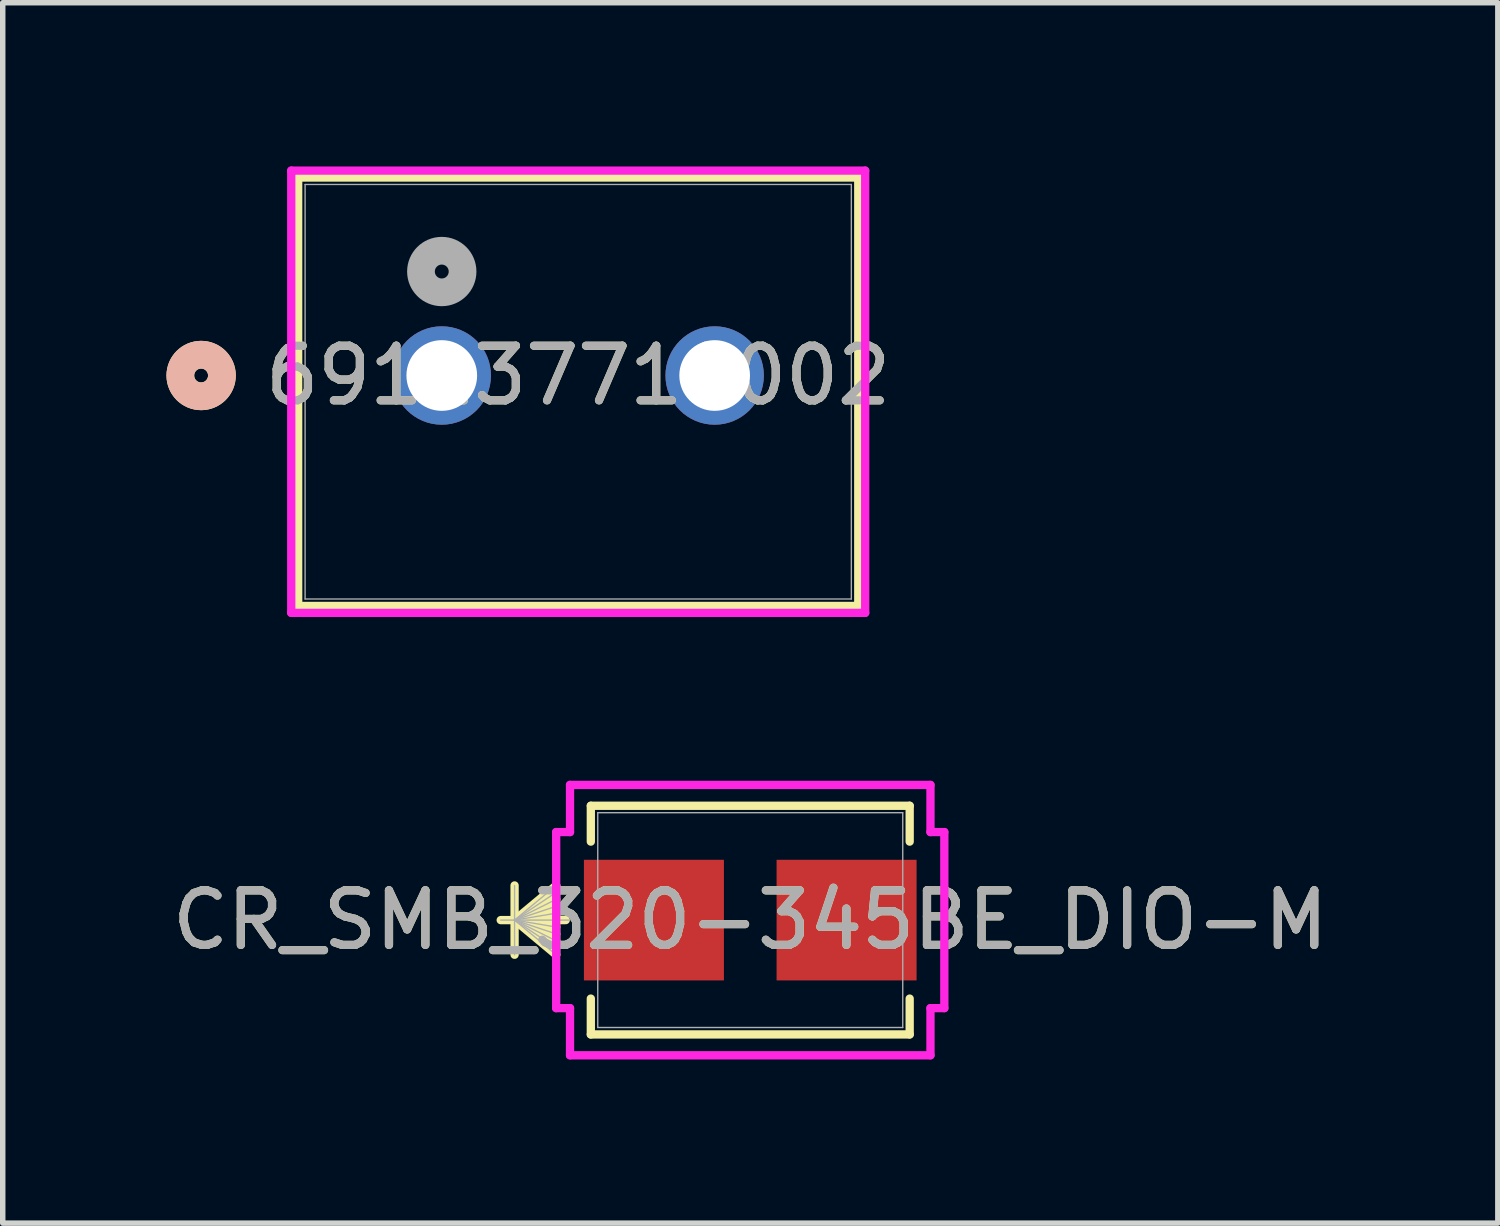
<source format=kicad_pcb>
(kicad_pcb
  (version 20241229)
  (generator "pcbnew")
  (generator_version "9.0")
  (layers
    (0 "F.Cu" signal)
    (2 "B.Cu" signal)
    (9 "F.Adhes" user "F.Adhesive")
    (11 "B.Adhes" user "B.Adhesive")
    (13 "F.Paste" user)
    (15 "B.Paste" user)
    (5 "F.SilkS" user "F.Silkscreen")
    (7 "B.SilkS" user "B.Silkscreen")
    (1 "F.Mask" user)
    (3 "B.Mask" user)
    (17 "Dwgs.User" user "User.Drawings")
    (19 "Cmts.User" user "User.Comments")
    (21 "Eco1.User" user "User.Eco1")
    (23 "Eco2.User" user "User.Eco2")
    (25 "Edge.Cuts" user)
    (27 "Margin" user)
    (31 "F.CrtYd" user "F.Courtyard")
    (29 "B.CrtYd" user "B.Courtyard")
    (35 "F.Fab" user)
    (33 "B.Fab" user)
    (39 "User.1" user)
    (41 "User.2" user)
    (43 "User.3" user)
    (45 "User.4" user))
  (footprint "CR_SMB_320-345BE_DIO-M"
    (layer "F.Cu")
    (at 10.696 13.808)
    (property "Reference" "CR_SMB_320-345BE_DIO-M" (at 0 0 0) (unlocked yes) (layer "F.SilkS") (effects (font (size 1 1) (thickness 0.15))))
    (attr smd)
    (fp_line (start -4.318 -0.635) (end -4.318 0.635) (stroke (width 0.152) (type solid)) (layer "F.SilkS"))
    (fp_line (start -4.318 0) (end -3.556 -0.635) (stroke (width 0.152) (type solid)) (layer "F.SilkS"))
    (fp_line (start -4.318 0) (end -3.556 -0.508) (stroke (width 0.152) (type solid)) (layer "F.SilkS"))
    (fp_line (start -4.318 0) (end -3.556 -0.381) (stroke (width 0.152) (type solid)) (layer "F.SilkS"))
    (fp_line (start -4.318 0) (end -3.556 -0.254) (stroke (width 0.152) (type solid)) (layer "F.SilkS"))
    (fp_line (start -4.318 0) (end -3.556 -0.127) (stroke (width 0.152) (type solid)) (layer "F.SilkS"))
    (fp_line (start -4.318 0) (end -3.556 0.127) (stroke (width 0.152) (type solid)) (layer "F.SilkS"))
    (fp_line (start -4.318 0) (end -3.556 0.254) (stroke (width 0.152) (type solid)) (layer "F.SilkS"))
    (fp_line (start -4.318 0) (end -3.556 0.381) (stroke (width 0.152) (type solid)) (layer "F.SilkS"))
    (fp_line (start -4.318 0) (end -3.556 0.508) (stroke (width 0.152) (type solid)) (layer "F.SilkS"))
    (fp_line (start -4.318 0) (end -3.556 0.635) (stroke (width 0.152) (type solid)) (layer "F.SilkS"))
    (fp_line (start -3.556 -0.635) (end -3.556 0.635) (stroke (width 0.152) (type solid)) (layer "F.SilkS"))
    (fp_line (start -3.381 0) (end -4.572 0) (stroke (width 0.152) (type solid)) (layer "F.SilkS"))
    (fp_line (start -2.921 -2.095) (end -2.921 -1.438) (stroke (width 0.152) (type solid)) (layer "F.SilkS"))
    (fp_line (start -2.921 1.438) (end -2.921 2.095) (stroke (width 0.152) (type solid)) (layer "F.SilkS"))
    (fp_line (start -2.921 2.095) (end 2.921 2.095) (stroke (width 0.152) (type solid)) (layer "F.SilkS"))
    (fp_line (start 2.921 -2.095) (end -2.921 -2.095) (stroke (width 0.152) (type solid)) (layer "F.SilkS"))
    (fp_line (start 2.921 -1.438) (end 2.921 -2.095) (stroke (width 0.152) (type solid)) (layer "F.SilkS"))
    (fp_line (start 2.921 2.095) (end 2.921 1.438) (stroke (width 0.152) (type solid)) (layer "F.SilkS"))
    (fp_line (start -3.556 -1.613) (end -3.302 -1.613) (stroke (width 0.152) (type solid)) (layer "F.CrtYd"))
    (fp_line (start -3.556 1.613) (end -3.556 -1.613) (stroke (width 0.152) (type solid)) (layer "F.CrtYd"))
    (fp_line (start -3.302 -2.477) (end 3.302 -2.477) (stroke (width 0.152) (type solid)) (layer "F.CrtYd"))
    (fp_line (start -3.302 -1.613) (end -3.302 -2.477) (stroke (width 0.152) (type solid)) (layer "F.CrtYd"))
    (fp_line (start -3.302 1.613) (end -3.556 1.613) (stroke (width 0.152) (type solid)) (layer "F.CrtYd"))
    (fp_line (start -3.302 2.477) (end -3.302 1.613) (stroke (width 0.152) (type solid)) (layer "F.CrtYd"))
    (fp_line (start 3.302 -2.477) (end 3.302 -1.613) (stroke (width 0.152) (type solid)) (layer "F.CrtYd"))
    (fp_line (start 3.302 -1.613) (end 3.556 -1.613) (stroke (width 0.152) (type solid)) (layer "F.CrtYd"))
    (fp_line (start 3.302 1.613) (end 3.302 2.477) (stroke (width 0.152) (type solid)) (layer "F.CrtYd"))
    (fp_line (start 3.302 2.477) (end -3.302 2.477) (stroke (width 0.152) (type solid)) (layer "F.CrtYd"))
    (fp_line (start 3.556 -1.613) (end 3.556 1.613) (stroke (width 0.152) (type solid)) (layer "F.CrtYd"))
    (fp_line (start 3.556 1.613) (end 3.302 1.613) (stroke (width 0.152) (type solid)) (layer "F.CrtYd"))
    (fp_line (start -4.318 -0.635) (end -4.318 0.635) (stroke (width 0.025) (type solid)) (layer "F.Fab"))
    (fp_line (start -4.318 0) (end -3.556 -0.635) (stroke (width 0.025) (type solid)) (layer "F.Fab"))
    (fp_line (start -4.318 0) (end -3.556 -0.508) (stroke (width 0.025) (type solid)) (layer "F.Fab"))
    (fp_line (start -4.318 0) (end -3.556 -0.381) (stroke (width 0.025) (type solid)) (layer "F.Fab"))
    (fp_line (start -4.318 0) (end -3.556 -0.254) (stroke (width 0.025) (type solid)) (layer "F.Fab"))
    (fp_line (start -4.318 0) (end -3.556 -0.127) (stroke (width 0.025) (type solid)) (layer "F.Fab"))
    (fp_line (start -4.318 0) (end -3.556 0.127) (stroke (width 0.025) (type solid)) (layer "F.Fab"))
    (fp_line (start -4.318 0) (end -3.556 0.254) (stroke (width 0.025) (type solid)) (layer "F.Fab"))
    (fp_line (start -4.318 0) (end -3.556 0.381) (stroke (width 0.025) (type solid)) (layer "F.Fab"))
    (fp_line (start -4.318 0) (end -3.556 0.508) (stroke (width 0.025) (type solid)) (layer "F.Fab"))
    (fp_line (start -4.318 0) (end -3.556 0.635) (stroke (width 0.025) (type solid)) (layer "F.Fab"))
    (fp_line (start -3.556 -0.635) (end -3.556 0.635) (stroke (width 0.025) (type solid)) (layer "F.Fab"))
    (fp_line (start -3.302 0) (end -4.572 0) (stroke (width 0.025) (type solid)) (layer "F.Fab"))
    (fp_line (start -2.794 -1.968) (end -2.794 1.968) (stroke (width 0.025) (type solid)) (layer "F.Fab"))
    (fp_line (start -2.794 1.968) (end 2.794 1.968) (stroke (width 0.025) (type solid)) (layer "F.Fab"))
    (fp_line (start 2.794 -1.968) (end -2.794 -1.968) (stroke (width 0.025) (type solid)) (layer "F.Fab"))
    (fp_line (start 2.794 1.968) (end 2.794 -1.968) (stroke (width 0.025) (type solid)) (layer "F.Fab"))
    (fp_text user "${REFERENCE}" (at 0 0 0) (unlocked yes) (layer "F.Fab") (effects (font (size 1 1) (thickness 0.15))))
    (pad "1" smd rect (at -1.765 0 90) (size 2.21 2.565) (layers "F.Cu" "F.Mask" "F.Paste"))
    (pad "2" smd rect (at 1.765 0 90) (size 2.21 2.565) (layers "F.Cu" "F.Mask" "F.Paste"))
    (zone (net_name "") (layer "F.Cu") (hatch full 0.508) (connect_pads) (min_thickness 0.254) (filled_areas_thickness no) (keepout (tracks not_allowed) (vias not_allowed) (pads allowed) (copperpour not_allowed) (footprints allowed)) (placement (enabled no)) (fill) (polygon (pts (xy 7.953 11.89) (xy 13.44 11.89) (xy 13.44 12.652) (xy 7.953 12.652))))
    (zone (net_name "") (layer "F.Cu") (hatch full 0.508) (connect_pads) (min_thickness 0.254) (filled_areas_thickness no) (keepout (tracks not_allowed) (vias not_allowed) (pads allowed) (copperpour not_allowed) (footprints allowed)) (placement (enabled no)) (fill) (polygon (pts (xy 7.953 14.963) (xy 13.44 14.963) (xy 13.44 15.725) (xy 7.953 15.725))))
    (zone (net_name "") (layer "F.Cu") (hatch full 0.508) (connect_pads) (min_thickness 0.254) (filled_areas_thickness no) (keepout (tracks not_allowed) (vias not_allowed) (pads allowed) (copperpour not_allowed) (footprints allowed)) (placement (enabled no)) (fill) (polygon (pts (xy 10.265 12.652) (xy 11.128 12.652) (xy 11.128 14.963) (xy 10.265 14.963)))))
  (footprint "691137710002"
    (layer "F.Cu")
    (at 5.044 3.83)
    (property "Reference" "691137710002" (at 2.5 0 0) (unlocked yes) (layer "F.SilkS") (effects (font (size 1 1) (thickness 0.15))))
    (attr through_hole)
    (fp_line (start -2.631 -3.627) (end -2.631 4.222) (stroke (width 0.152) (type solid)) (layer "F.SilkS"))
    (fp_line (start -2.631 4.222) (end 7.631 4.222) (stroke (width 0.152) (type solid)) (layer "F.SilkS"))
    (fp_line (start 7.631 -3.627) (end -2.631 -3.627) (stroke (width 0.152) (type solid)) (layer "F.SilkS"))
    (fp_line (start 7.631 4.222) (end 7.631 -3.627) (stroke (width 0.152) (type solid)) (layer "F.SilkS"))
    (fp_circle (center -4.409 0) (end -4.028 0) (stroke (width 0.508) (type solid)) (fill no) (layer "F.SilkS"))
    (fp_circle (center -4.409 0) (end -4.028 0) (stroke (width 0.508) (type solid)) (fill no) (layer "B.SilkS"))
    (fp_line (start -2.758 -3.754) (end -2.758 4.349) (stroke (width 0.152) (type solid)) (layer "F.CrtYd"))
    (fp_line (start -2.758 4.349) (end 7.758 4.349) (stroke (width 0.152) (type solid)) (layer "F.CrtYd"))
    (fp_line (start 7.758 -3.754) (end -2.758 -3.754) (stroke (width 0.152) (type solid)) (layer "F.CrtYd"))
    (fp_line (start 7.758 4.349) (end 7.758 -3.754) (stroke (width 0.152) (type solid)) (layer "F.CrtYd"))
    (fp_line (start -2.504 -3.5) (end -2.504 4.095) (stroke (width 0.025) (type solid)) (layer "F.Fab"))
    (fp_line (start -2.504 4.095) (end 7.504 4.095) (stroke (width 0.025) (type solid)) (layer "F.Fab"))
    (fp_line (start 7.504 -3.5) (end -2.504 -3.5) (stroke (width 0.025) (type solid)) (layer "F.Fab"))
    (fp_line (start 7.504 4.095) (end 7.504 -3.5) (stroke (width 0.025) (type solid)) (layer "F.Fab"))
    (fp_circle (center 0 -1.905) (end 0.381 -1.905) (stroke (width 0.508) (type solid)) (fill no) (layer "F.Fab"))
    (fp_text user "${REFERENCE}" (at 2.5 0 0) (unlocked yes) (layer "F.Fab") (effects (font (size 1 1) (thickness 0.15))))
    (pad "1" thru_hole circle (at 0 0) (size 1.803 1.803) (drill 1.295) (layers "*.Cu" "*.Mask"))
    (pad "2" thru_hole circle (at 5 0) (size 1.803 1.803) (drill 1.295) (layers "*.Cu" "*.Mask")))
  (gr_rect
    (start -3 -3)
    (end 24.393 19.36)
    (stroke (width 0.1) (type default))
    (fill no)
    (layer "Edge.Cuts")))
</source>
